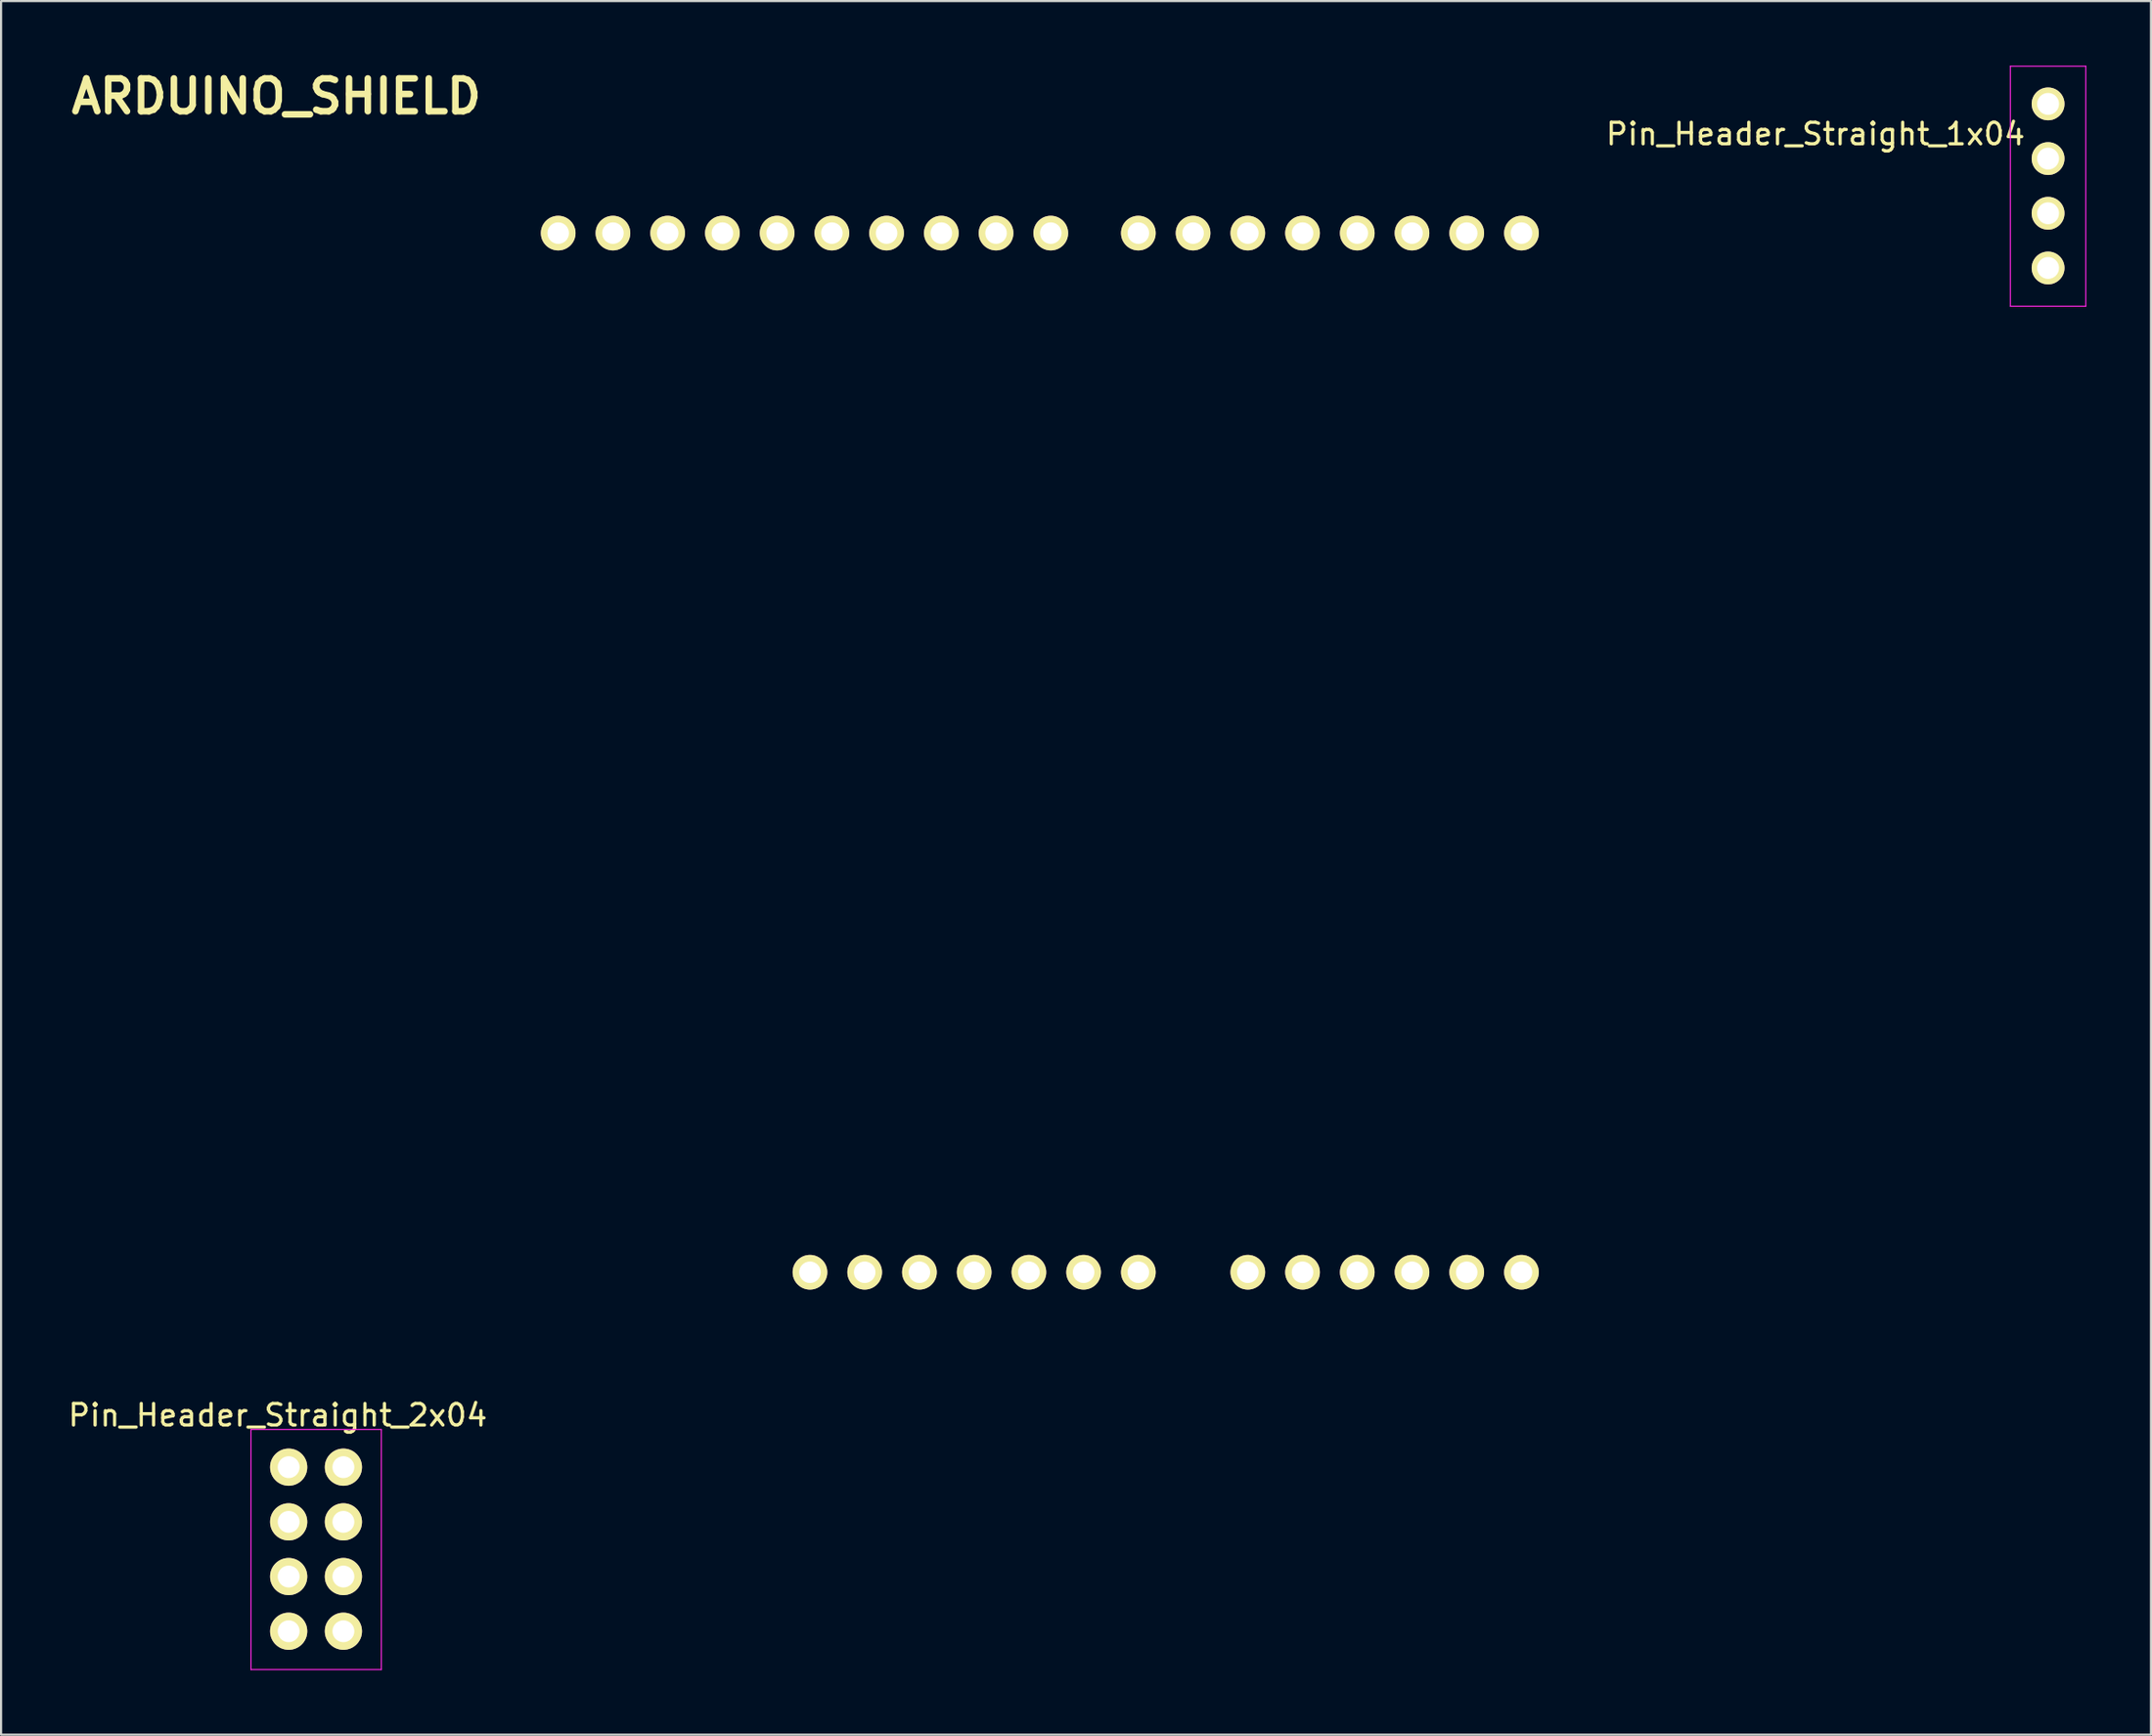
<source format=kicad_pcb>
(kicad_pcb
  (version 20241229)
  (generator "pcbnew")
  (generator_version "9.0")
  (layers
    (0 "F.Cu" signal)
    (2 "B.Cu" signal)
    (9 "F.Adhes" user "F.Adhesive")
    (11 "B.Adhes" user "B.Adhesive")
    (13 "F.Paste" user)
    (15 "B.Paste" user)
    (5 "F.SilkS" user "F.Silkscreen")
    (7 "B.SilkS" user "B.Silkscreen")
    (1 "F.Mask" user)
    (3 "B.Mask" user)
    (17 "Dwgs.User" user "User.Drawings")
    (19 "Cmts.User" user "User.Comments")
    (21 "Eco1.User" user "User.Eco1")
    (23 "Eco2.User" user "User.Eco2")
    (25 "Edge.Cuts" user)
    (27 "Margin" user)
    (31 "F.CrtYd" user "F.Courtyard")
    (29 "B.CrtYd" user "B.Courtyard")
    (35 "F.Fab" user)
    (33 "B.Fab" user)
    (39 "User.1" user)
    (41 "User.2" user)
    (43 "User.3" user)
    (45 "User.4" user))
  (footprint "Pin_Header_Straight_1x04"
    (layer "F.Cu")
    (at 92 1.775)
    (property "Reference" "Pin_Header_Straight_1x04" (at -10.795 1.397 0) (layer "F.SilkS") (effects (font (size 1 1) (thickness 0.15))))
    (attr through_hole)
    (fp_line (start -1.75 -1.75) (end -1.75 9.4) (stroke (width 0.05) (type solid)) (layer "F.CrtYd"))
    (fp_line (start -1.75 -1.75) (end 1.75 -1.75) (stroke (width 0.05) (type solid)) (layer "F.CrtYd"))
    (fp_line (start -1.75 9.4) (end 1.75 9.4) (stroke (width 0.05) (type solid)) (layer "F.CrtYd"))
    (fp_line (start 1.75 -1.75) (end 1.75 9.4) (stroke (width 0.05) (type solid)) (layer "F.CrtYd"))
    (pad "1" thru_hole circle (at 0 0) (size 1.524 1.524) (drill 1.016) (layers "*.Cu" "*.Mask" "F.SilkS"))
    (pad "2" thru_hole circle (at 0 2.54) (size 1.524 1.524) (drill 1.016) (layers "*.Cu" "*.Mask" "F.SilkS"))
    (pad "3" thru_hole circle (at 0 5.08) (size 1.524 1.524) (drill 1.016) (layers "*.Cu" "*.Mask" "F.SilkS"))
    (pad "4" thru_hole circle (at 0 7.62) (size 1.524 1.524) (drill 1.016) (layers "*.Cu" "*.Mask" "F.SilkS")))
  (footprint "Pin_Header_Straight_2x04"
    (layer "F.Cu")
    (at 10.347 65.088)
    (property "Reference" "Pin_Header_Straight_2x04" (at -0.508 -2.413 0) (layer "F.SilkS") (effects (font (size 1 1) (thickness 0.15))))
    (attr through_hole)
    (fp_line (start -1.75 -1.75) (end -1.75 9.4) (stroke (width 0.05) (type solid)) (layer "F.CrtYd"))
    (fp_line (start -1.75 -1.75) (end 4.3 -1.75) (stroke (width 0.05) (type solid)) (layer "F.CrtYd"))
    (fp_line (start -1.75 9.4) (end 4.3 9.4) (stroke (width 0.05) (type solid)) (layer "F.CrtYd"))
    (fp_line (start 4.3 -1.75) (end 4.3 9.4) (stroke (width 0.05) (type solid)) (layer "F.CrtYd"))
    (pad "1" thru_hole circle (at 0 0) (size 1.727 1.727) (drill 1.016) (layers "*.Cu" "*.Mask" "F.SilkS"))
    (pad "1" thru_hole oval (at 2.54 0) (size 1.727 1.727) (drill 1.016) (layers "*.Cu" "*.Mask" "F.SilkS"))
    (pad "2" thru_hole oval (at 0 2.54) (size 1.727 1.727) (drill 1.016) (layers "*.Cu" "*.Mask" "F.SilkS"))
    (pad "2" thru_hole oval (at 2.54 2.54) (size 1.727 1.727) (drill 1.016) (layers "*.Cu" "*.Mask" "F.SilkS"))
    (pad "3" thru_hole oval (at 0 5.08) (size 1.727 1.727) (drill 1.016) (layers "*.Cu" "*.Mask" "F.SilkS"))
    (pad "3" thru_hole oval (at 2.54 5.08) (size 1.727 1.727) (drill 1.016) (layers "*.Cu" "*.Mask" "F.SilkS"))
    (pad "4" thru_hole oval (at 0 7.62) (size 1.727 1.727) (drill 1.016) (layers "*.Cu" "*.Mask" "F.SilkS"))
    (pad "4" thru_hole oval (at 2.54 7.62) (size 1.727 1.727) (drill 1.016) (layers "*.Cu" "*.Mask" "F.SilkS")))
  (footprint "ARDUINO_SHIELD"
    (layer "F.Cu")
    (at 4.06 58.576)
    (property "Reference" "ARDUINO_SHIELD" (at 5.715 -57.15 0) (layer "F.SilkS") (effects (font (size 1.524 1.524) (thickness 0.305))))
    (attr through_hole)
    (pad "1" thru_hole circle (at 63.5 -50.8 90) (size 1.61 1.61) (drill 1) (layers "*.Cu" "*.Mask" "F.SilkS"))
    (pad "2" thru_hole circle (at 60.96 -50.8 90) (size 1.61 1.61) (drill 1) (layers "*.Cu" "*.Mask" "F.SilkS"))
    (pad "3" thru_hole circle (at 58.42 -50.8 90) (size 1.61 1.61) (drill 1) (layers "*.Cu" "*.Mask" "F.SilkS"))
    (pad "4" thru_hole circle (at 55.88 -50.8 90) (size 1.61 1.61) (drill 1) (layers "*.Cu" "*.Mask" "F.SilkS"))
    (pad "5" thru_hole circle (at 53.34 -50.8 90) (size 1.61 1.61) (drill 1) (layers "*.Cu" "*.Mask" "F.SilkS"))
    (pad "6" thru_hole circle (at 50.8 -50.8 90) (size 1.61 1.61) (drill 1) (layers "*.Cu" "*.Mask" "F.SilkS"))
    (pad "7" thru_hole circle (at 48.26 -50.8 90) (size 1.61 1.61) (drill 1) (layers "*.Cu" "*.Mask" "F.SilkS"))
    (pad "8" thru_hole circle (at 45.72 -50.8 90) (size 1.61 1.61) (drill 1) (layers "*.Cu" "*.Mask" "F.SilkS"))
    (pad "9" thru_hole circle (at 41.656 -50.8 90) (size 1.61 1.61) (drill 1) (layers "*.Cu" "*.Mask" "F.SilkS"))
    (pad "10" thru_hole circle (at 39.116 -50.8 90) (size 1.61 1.61) (drill 1) (layers "*.Cu" "*.Mask" "F.SilkS"))
    (pad "11" thru_hole circle (at 36.576 -50.8 90) (size 1.61 1.61) (drill 1) (layers "*.Cu" "*.Mask" "F.SilkS"))
    (pad "12" thru_hole circle (at 34.036 -50.8 90) (size 1.61 1.61) (drill 1) (layers "*.Cu" "*.Mask" "F.SilkS"))
    (pad "13" thru_hole circle (at 31.496 -50.8 90) (size 1.61 1.61) (drill 1) (layers "*.Cu" "*.Mask" "F.SilkS"))
    (pad "14" thru_hole circle (at 28.956 -50.8 90) (size 1.61 1.61) (drill 1) (layers "*.Cu" "*.Mask" "F.SilkS"))
    (pad "15" thru_hole circle (at 26.416 -50.8 90) (size 1.61 1.61) (drill 1) (layers "*.Cu" "*.Mask" "F.SilkS"))
    (pad "16" thru_hole circle (at 23.876 -50.8 90) (size 1.61 1.61) (drill 1) (layers "*.Cu" "*.Mask" "F.SilkS"))
    (pad "17" thru_hole circle (at 21.336 -50.8 90) (size 1.61 1.61) (drill 1) (layers "*.Cu" "*.Mask" "F.SilkS"))
    (pad "18" thru_hole circle (at 18.796 -50.8 90) (size 1.61 1.61) (drill 1) (layers "*.Cu" "*.Mask" "F.SilkS"))
    (pad "19" thru_hole circle (at 63.5 -2.54 90) (size 1.61 1.61) (drill 1) (layers "*.Cu" "*.Mask" "F.SilkS"))
    (pad "20" thru_hole circle (at 60.96 -2.54 90) (size 1.61 1.61) (drill 1) (layers "*.Cu" "*.Mask" "F.SilkS"))
    (pad "21" thru_hole circle (at 58.42 -2.54 90) (size 1.61 1.61) (drill 1) (layers "*.Cu" "*.Mask" "F.SilkS"))
    (pad "22" thru_hole circle (at 55.88 -2.54 90) (size 1.61 1.61) (drill 1) (layers "*.Cu" "*.Mask" "F.SilkS"))
    (pad "23" thru_hole circle (at 53.34 -2.54 90) (size 1.61 1.61) (drill 1) (layers "*.Cu" "*.Mask" "F.SilkS"))
    (pad "24" thru_hole circle (at 50.8 -2.54 90) (size 1.61 1.61) (drill 1) (layers "*.Cu" "*.Mask" "F.SilkS"))
    (pad "25" thru_hole circle (at 45.72 -2.54 90) (size 1.61 1.61) (drill 1) (layers "*.Cu" "*.Mask" "F.SilkS"))
    (pad "26" thru_hole circle (at 43.18 -2.54 90) (size 1.61 1.61) (drill 1) (layers "*.Cu" "*.Mask" "F.SilkS"))
    (pad "27" thru_hole circle (at 40.64 -2.54 90) (size 1.61 1.61) (drill 1) (layers "*.Cu" "*.Mask" "F.SilkS"))
    (pad "28" thru_hole circle (at 38.1 -2.54 90) (size 1.61 1.61) (drill 1) (layers "*.Cu" "*.Mask" "F.SilkS"))
    (pad "29" thru_hole circle (at 35.56 -2.54 90) (size 1.61 1.61) (drill 1) (layers "*.Cu" "*.Mask" "F.SilkS"))
    (pad "30" thru_hole circle (at 33.02 -2.54 90) (size 1.61 1.61) (drill 1) (layers "*.Cu" "*.Mask" "F.SilkS"))
    (pad "31" thru_hole circle (at 30.48 -2.54 90) (size 1.61 1.61) (drill 1) (layers "*.Cu" "*.Mask" "F.SilkS")))
  (gr_rect
    (start -3 -3)
    (end 96.775 77.513)
    (stroke (width 0.1) (type default))
    (fill no)
    (layer "Edge.Cuts")))
</source>
